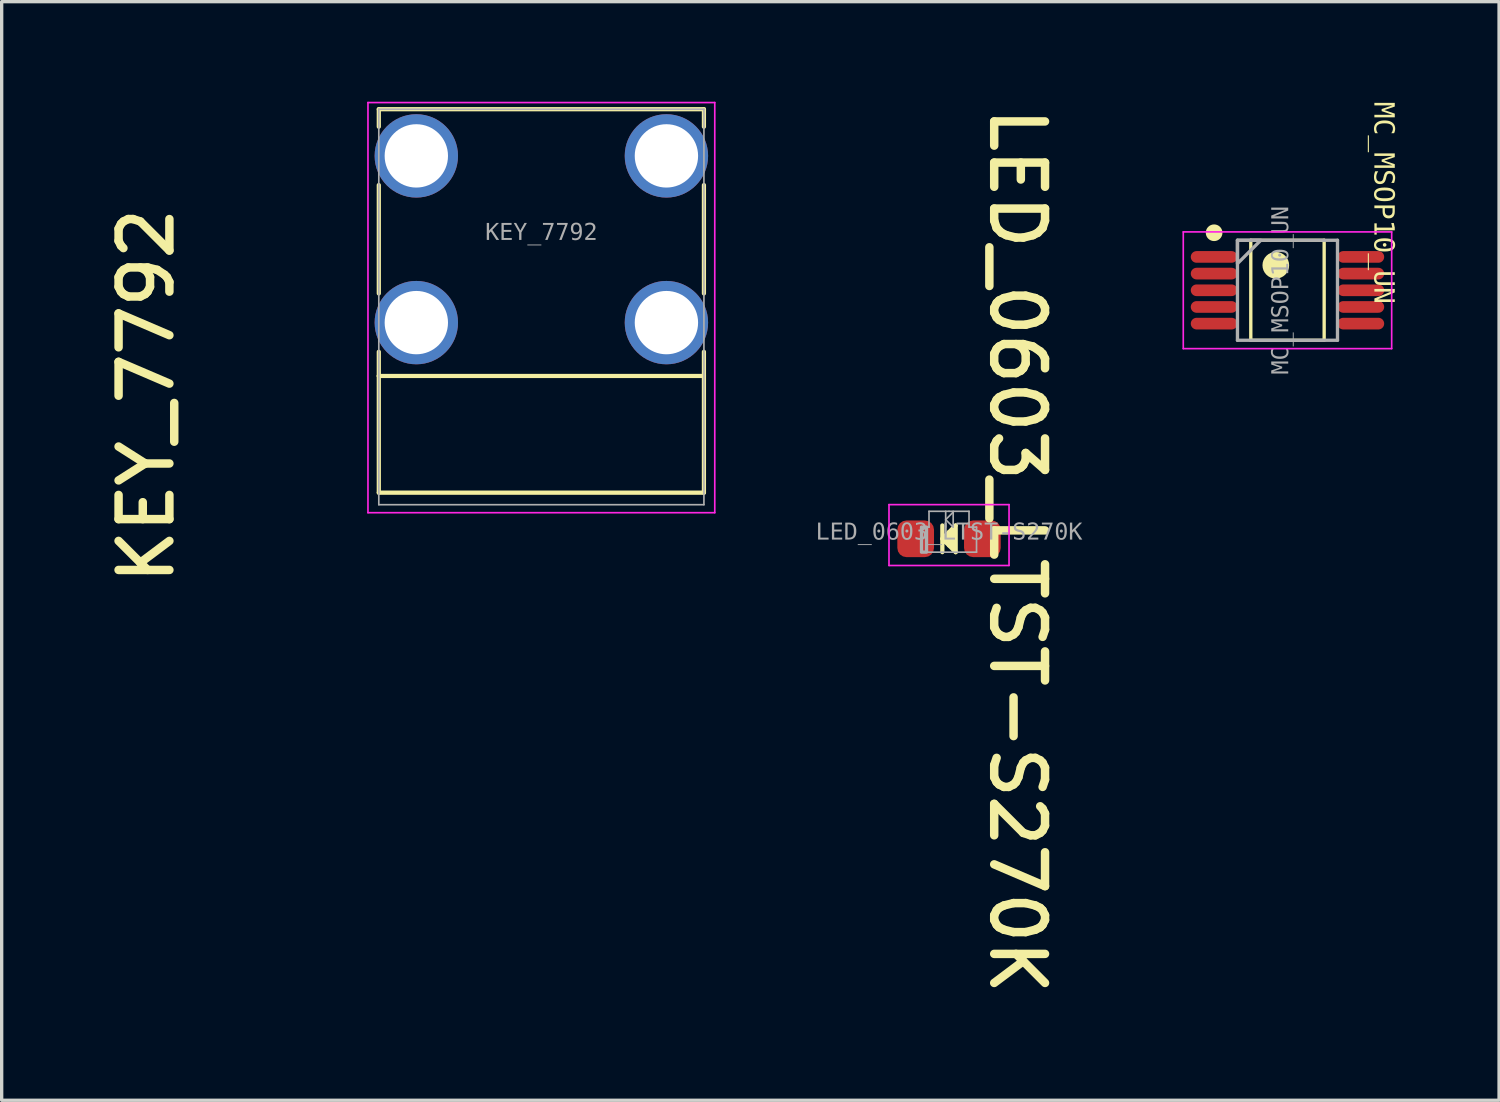
<source format=kicad_pcb>
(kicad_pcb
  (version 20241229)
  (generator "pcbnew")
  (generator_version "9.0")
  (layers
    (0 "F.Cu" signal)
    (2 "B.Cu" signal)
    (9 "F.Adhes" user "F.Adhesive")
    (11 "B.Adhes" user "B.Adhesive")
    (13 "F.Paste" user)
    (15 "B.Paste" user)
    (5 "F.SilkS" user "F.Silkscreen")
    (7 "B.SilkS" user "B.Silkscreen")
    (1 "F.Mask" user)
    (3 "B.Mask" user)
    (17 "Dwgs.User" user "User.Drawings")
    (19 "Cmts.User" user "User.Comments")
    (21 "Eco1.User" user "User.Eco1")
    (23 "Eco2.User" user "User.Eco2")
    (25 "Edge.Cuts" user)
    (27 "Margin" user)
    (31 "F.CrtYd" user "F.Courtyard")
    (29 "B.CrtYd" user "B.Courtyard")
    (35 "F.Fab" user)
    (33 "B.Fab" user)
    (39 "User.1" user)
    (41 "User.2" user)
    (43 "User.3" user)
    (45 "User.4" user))
  (footprint "MC_MSOP10_UN"
    (layer "F.Cu")
    (at 35.56 5.655)
    (property "Reference" "MC_MSOP10_UN" (at 2.855 -2.624 270) (unlocked yes) (layer "F.SilkS") (effects (font (face "Consolas") (size 0.6 0.6) (thickness 0.254))))
    (fp_line (start -1.1 -1.5) (end -1.1 1.5) (stroke (width 0.1) (type solid)) (layer "F.SilkS"))
    (fp_line (start -1.1 -1.5) (end 1.1 -1.5) (stroke (width 0.1) (type solid)) (layer "F.SilkS"))
    (fp_line (start -1.1 1.5) (end 1.1 1.5) (stroke (width 0.1) (type solid)) (layer "F.SilkS"))
    (fp_line (start 1.1 -1.5) (end 1.1 1.5) (stroke (width 0.1) (type solid)) (layer "F.SilkS"))
    (fp_circle (center -2.2 -1.725) (end -2.075 -1.725) (stroke (width 0.25) (type solid)) (fill no) (layer "F.SilkS"))
    (fp_circle (center -0.35 -0.75) (end -0.15 -0.75) (stroke (width 0.4) (type solid)) (fill no) (layer "F.SilkS"))
    (fp_line (start -3.125 -1.75) (end -3.125 1.75) (stroke (width 0.05) (type solid)) (layer "F.CrtYd"))
    (fp_line (start -3.125 -1.75) (end 3.125 -1.75) (stroke (width 0.05) (type solid)) (layer "F.CrtYd"))
    (fp_line (start -3.125 1.75) (end 3.125 1.75) (stroke (width 0.05) (type solid)) (layer "F.CrtYd"))
    (fp_line (start 3.125 -1.75) (end 3.125 1.75) (stroke (width 0.05) (type solid)) (layer "F.CrtYd"))
    (fp_line (start -1.5 -1.5) (end -1.5 1.5) (stroke (width 0.1) (type solid)) (layer "F.Fab"))
    (fp_line (start -1.5 -1.5) (end 1.5 -1.5) (stroke (width 0.1) (type solid)) (layer "F.Fab"))
    (fp_line (start -1.5 1.5) (end 1.5 1.5) (stroke (width 0.1) (type solid)) (layer "F.Fab"))
    (fp_line (start 1.5 -1.5) (end 1.5 1.5) (stroke (width 0.1) (type solid)) (layer "F.Fab"))
    (fp_poly (pts (xy -1.5 -0.8) (xy -0.8 -1.5) (xy -1.5 -1.5)) (stroke (width 0.1) (type default)) (fill no) (layer "F.Fab"))
    (fp_line (start -0.5 0) (end 0.5 0) (stroke (width 0.1) (type solid)) (layer "User.1"))
    (fp_line (start 0 -0.5) (end 0 0.5) (stroke (width 0.1) (type solid)) (layer "User.1"))
    (fp_text user "${REFERENCE}" (at -0.185 -0.000005 90) (unlocked yes) (layer "F.Fab") (effects (font (face "Consolas") (size 0.5 0.5) (thickness 0.254))))
    (pad "1" smd oval (at -2.2 -1 90) (size 0.35 1.4) (layers "F.Cu" "F.Mask" "F.Paste"))
    (pad "2" smd oval (at -2.2 -0.5 90) (size 0.35 1.4) (layers "F.Cu" "F.Mask" "F.Paste"))
    (pad "3" smd oval (at -2.2 0 90) (size 0.35 1.4) (layers "F.Cu" "F.Mask" "F.Paste"))
    (pad "4" smd oval (at -2.2 0.5 90) (size 0.35 1.4) (layers "F.Cu" "F.Mask" "F.Paste"))
    (pad "5" smd oval (at -2.2 1 90) (size 0.35 1.4) (layers "F.Cu" "F.Mask" "F.Paste"))
    (pad "6" smd oval (at 2.2 1 90) (size 0.35 1.4) (layers "F.Cu" "F.Mask" "F.Paste"))
    (pad "7" smd oval (at 2.2 0.5 90) (size 0.35 1.4) (layers "F.Cu" "F.Mask" "F.Paste"))
    (pad "8" smd oval (at 2.2 0 90) (size 0.35 1.4) (layers "F.Cu" "F.Mask" "F.Paste"))
    (pad "9" smd oval (at 2.2 -0.5 90) (size 0.35 1.4) (layers "F.Cu" "F.Mask" "F.Paste"))
    (pad "10" smd oval (at 2.2 -1 90) (size 0.35 1.4) (layers "F.Cu" "F.Mask" "F.Paste")))
  (footprint "KEY_7792"
    (layer "F.Cu")
    (at 13.185 4.125)
    (property "Reference" "KEY_7792" (at -11.847 4.692 90) (unlocked yes) (layer "F.SilkS") (effects (font (size 1.524 1.524) (thickness 0.254))))
    (fp_line (start -4.875 -3.9) (end -4.875 -3.375) (stroke (width 0.127) (type solid)) (layer "F.SilkS"))
    (fp_line (start -4.875 -1.625) (end -4.875 1.625) (stroke (width 0.127) (type solid)) (layer "F.SilkS"))
    (fp_line (start -4.875 3.375) (end -4.875 4.1) (stroke (width 0.127) (type solid)) (layer "F.SilkS"))
    (fp_line (start -4.875 4.1) (end -4.875 7.6) (stroke (width 0.127) (type solid)) (layer "F.SilkS"))
    (fp_line (start 4.875 -3.9) (end -4.875 -3.9) (stroke (width 0.127) (type solid)) (layer "F.SilkS"))
    (fp_line (start 4.875 -3.9) (end 4.875 -3.375) (stroke (width 0.127) (type solid)) (layer "F.SilkS"))
    (fp_line (start 4.875 -1.625) (end 4.875 1.625) (stroke (width 0.127) (type solid)) (layer "F.SilkS"))
    (fp_line (start 4.875 3.375) (end 4.875 4.1) (stroke (width 0.127) (type solid)) (layer "F.SilkS"))
    (fp_line (start 4.875 4.1) (end -4.875 4.1) (stroke (width 0.127) (type solid)) (layer "F.SilkS"))
    (fp_line (start 4.875 4.1) (end 4.875 7.6) (stroke (width 0.127) (type solid)) (layer "F.SilkS"))
    (fp_line (start 4.875 7.6) (end -4.875 7.6) (stroke (width 0.127) (type solid)) (layer "F.SilkS"))
    (fp_line (start -5.2 -4.1) (end -5.2 8.2) (stroke (width 0.05) (type solid)) (layer "F.CrtYd"))
    (fp_line (start 5.2 -4.1) (end -5.2 -4.1) (stroke (width 0.05) (type solid)) (layer "F.CrtYd"))
    (fp_line (start 5.2 -4.1) (end 5.2 8.2) (stroke (width 0.05) (type solid)) (layer "F.CrtYd"))
    (fp_line (start 5.2 8.2) (end -5.2 8.2) (stroke (width 0.05) (type solid)) (layer "F.CrtYd"))
    (fp_line (start -4.875 -3.9) (end -4.875 7.96) (stroke (width 0.05) (type solid)) (layer "F.Fab"))
    (fp_line (start 4.875 -3.9) (end -4.875 -3.9) (stroke (width 0.05) (type solid)) (layer "F.Fab"))
    (fp_line (start 4.875 -3.9) (end 4.875 7.96) (stroke (width 0.05) (type solid)) (layer "F.Fab"))
    (fp_line (start 4.875 7.96) (end -4.875 7.96) (stroke (width 0.05) (type solid)) (layer "F.Fab"))
    (fp_line (start 0 -0.3) (end 0 0.3) (stroke (width 0.1) (type solid)) (layer "User.2"))
    (fp_line (start 0.3 0) (end -0.3 0) (stroke (width 0.1) (type solid)) (layer "User.2"))
    (fp_text user "${REFERENCE}" (at 0.000005 -0.187 0) (unlocked yes) (layer "F.Fab") (effects (font (face "Consolas") (size 0.5 0.5) (thickness 0.254))))
    (pad "1" thru_hole circle (at -3.75 -2.5) (size 2.5 2.5) (drill 1.9) (layers "*.Cu" "*.Mask"))
    (pad "1" thru_hole circle (at -3.75 2.5) (size 2.5 2.5) (drill 1.9) (layers "*.Cu" "*.Mask"))
    (pad "1" thru_hole circle (at 3.75 -2.5 180) (size 2.5 2.5) (drill 1.9) (layers "*.Cu" "*.Mask"))
    (pad "1" thru_hole circle (at 3.75 2.5 180) (size 2.5 2.5) (drill 1.9) (layers "*.Cu" "*.Mask")))
  (footprint "LED_0603_LTST-S270K"
    (layer "F.Cu")
    (at 25.41 13.108)
    (property "Reference" "LED_0603_LTST-S270K" (at 2.047 0.365 270) (unlocked yes) (layer "F.SilkS") (effects (font (size 1.524 1.524) (thickness 0.254))))
    (fp_line (start -0.2 -0.4) (end -0.2 0.4) (stroke (width 0.127) (type solid)) (layer "F.SilkS"))
    (fp_line (start -0.2 0) (end 0.2 0.4) (stroke (width 0.127) (type solid)) (layer "F.SilkS"))
    (fp_line (start -0.1 -0.1) (end -0.1 0.1) (stroke (width 0.127) (type solid)) (layer "F.SilkS"))
    (fp_line (start 0 -0.2) (end 0 0.2) (stroke (width 0.127) (type solid)) (layer "F.SilkS"))
    (fp_line (start 0.1 -0.225) (end 0.1 0.25) (stroke (width 0.127) (type solid)) (layer "F.SilkS"))
    (fp_line (start 0.2 -0.4) (end -0.2 0) (stroke (width 0.127) (type solid)) (layer "F.SilkS"))
    (fp_line (start 0.2 -0.4) (end 0.2 0.4) (stroke (width 0.127) (type solid)) (layer "F.SilkS"))
    (fp_line (start -1.8 -1.025) (end -1.8 0.8) (stroke (width 0.05) (type solid)) (layer "F.CrtYd"))
    (fp_line (start -1.8 -1.025) (end 1.8 -1.025) (stroke (width 0.05) (type solid)) (layer "F.CrtYd"))
    (fp_line (start -1.8 0.8) (end 1.8 0.8) (stroke (width 0.05) (type solid)) (layer "F.CrtYd"))
    (fp_line (start 1.8 -1.025) (end 1.8 0.8) (stroke (width 0.05) (type solid)) (layer "F.CrtYd"))
    (fp_line (start -0.825 -0.35) (end -0.825 0.4) (stroke (width 0.05) (type solid)) (layer "F.Fab"))
    (fp_line (start -0.825 -0.35) (end -0.6 -0.35) (stroke (width 0.05) (type solid)) (layer "F.Fab"))
    (fp_line (start -0.825 0.4) (end 0.825 0.4) (stroke (width 0.05) (type solid)) (layer "F.Fab"))
    (fp_line (start -0.6 -0.825) (end -0.6 -0.35) (stroke (width 0.05) (type solid)) (layer "F.Fab"))
    (fp_line (start -0.6 -0.825) (end 0 -0.825) (stroke (width 0.05) (type solid)) (layer "F.Fab"))
    (fp_line (start -0.1 -0.825) (end -0.1 -0.35) (stroke (width 0.05) (type solid)) (layer "F.Fab"))
    (fp_line (start -0.1 -0.575) (end 0.125 -0.35) (stroke (width 0.05) (type solid)) (layer "F.Fab"))
    (fp_line (start 0 -0.825) (end 0.6 -0.825) (stroke (width 0.05) (type solid)) (layer "F.Fab"))
    (fp_line (start 0.125 -0.825) (end 0.125 -0.35) (stroke (width 0.05) (type solid)) (layer "F.Fab"))
    (fp_line (start 0.125 -0.8) (end -0.1 -0.575) (stroke (width 0.05) (type solid)) (layer "F.Fab"))
    (fp_line (start 0.6 -0.825) (end 0.6 -0.35) (stroke (width 0.05) (type solid)) (layer "F.Fab"))
    (fp_line (start 0.6 -0.35) (end 0.825 -0.35) (stroke (width 0.05) (type solid)) (layer "F.Fab"))
    (fp_line (start 0.825 -0.35) (end 0.825 0.4) (stroke (width 0.05) (type solid)) (layer "F.Fab"))
    (fp_rect (start -0.825 0.4) (end -0.675 -0.35) (stroke (width 0.1) (type default)) (fill no) (layer "F.Fab"))
    (fp_line (start -0.45 0) (end 0.45 0) (stroke (width 0.1) (type solid)) (layer "User.1"))
    (fp_line (start 0 -0.45) (end 0 0.45) (stroke (width 0.1) (type solid)) (layer "User.1"))
    (fp_text user "${REFERENCE}" (at 0.000005 -0.184 0) (unlocked yes) (layer "F.Fab") (effects (font (face "Consolas") (size 0.5 0.5) (thickness 0.254))))
    (pad "1" smd roundrect (at -1 0) (size 1.1 1.1) (layers "F.Cu" "F.Mask" "F.Paste") (roundrect_rratio 0.25))
    (pad "2" smd roundrect (at 1 0) (size 1.1 1.1) (layers "F.Cu" "F.Mask" "F.Paste") (roundrect_rratio 0.25)))
  (gr_rect
    (start -3 -3)
    (end 41.905 29.946)
    (stroke (width 0.1) (type default))
    (fill no)
    (layer "Edge.Cuts")))
</source>
